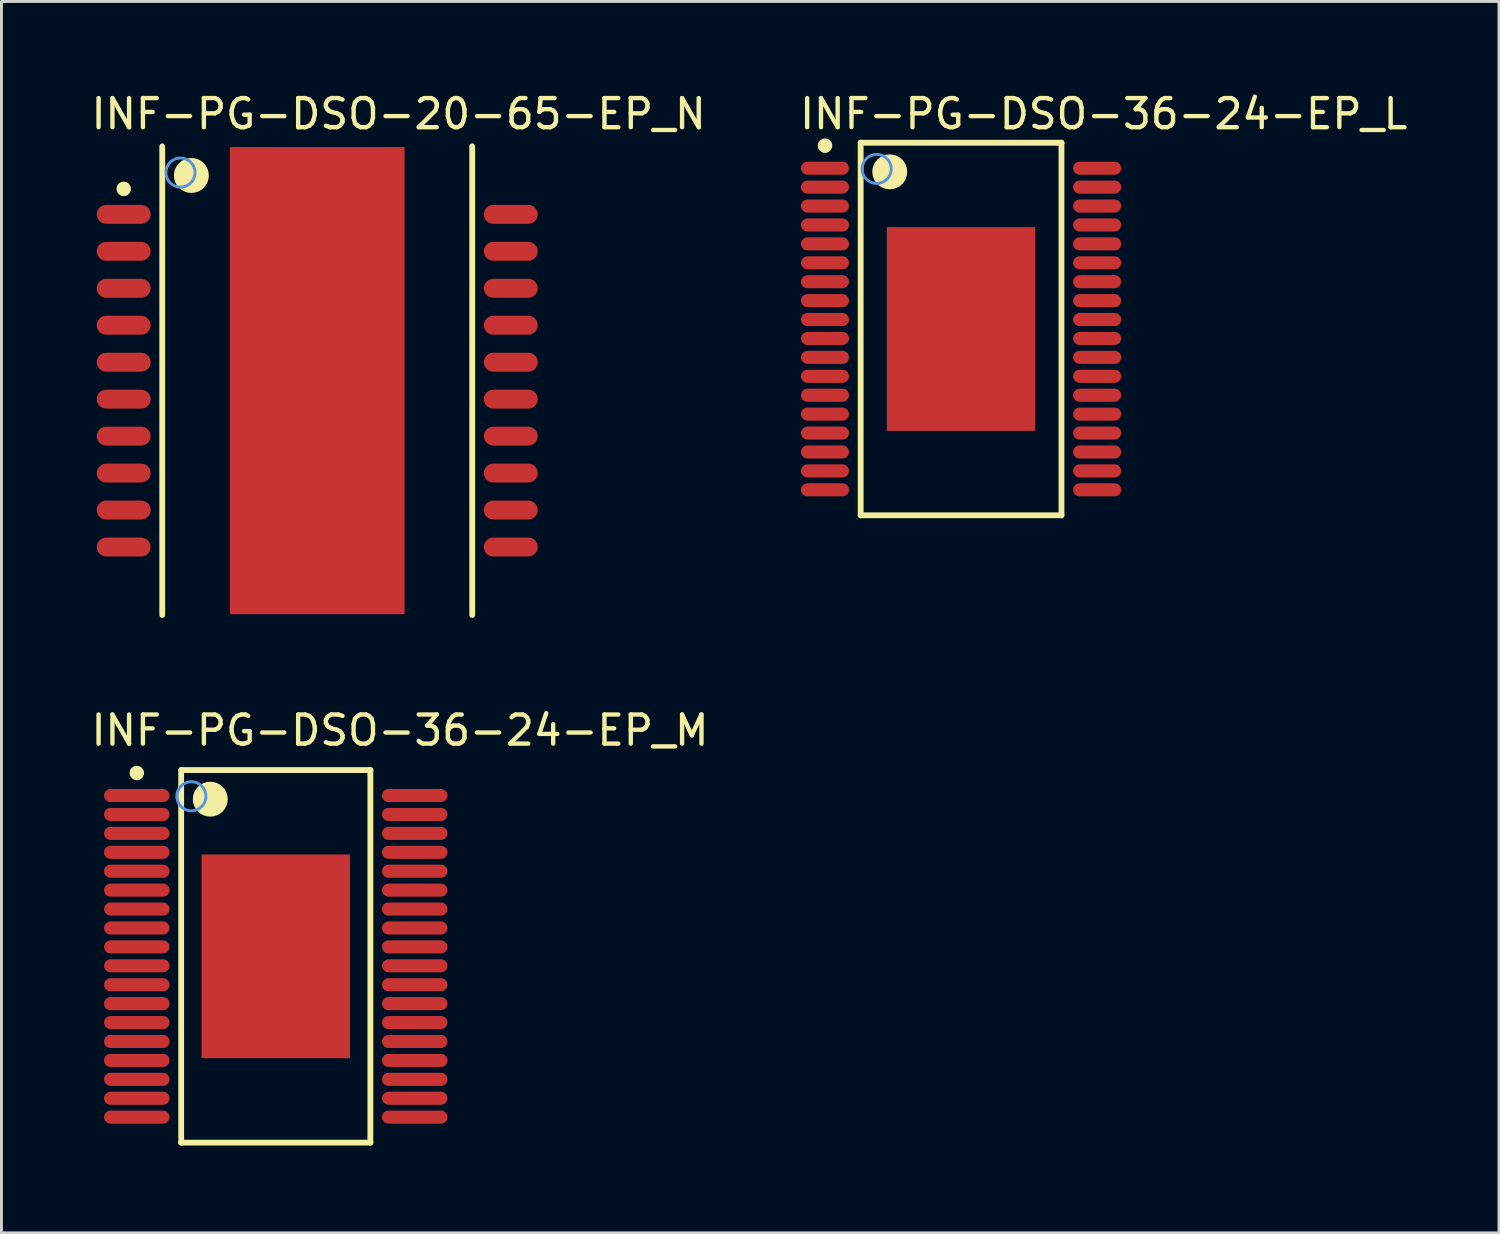
<source format=kicad_pcb>
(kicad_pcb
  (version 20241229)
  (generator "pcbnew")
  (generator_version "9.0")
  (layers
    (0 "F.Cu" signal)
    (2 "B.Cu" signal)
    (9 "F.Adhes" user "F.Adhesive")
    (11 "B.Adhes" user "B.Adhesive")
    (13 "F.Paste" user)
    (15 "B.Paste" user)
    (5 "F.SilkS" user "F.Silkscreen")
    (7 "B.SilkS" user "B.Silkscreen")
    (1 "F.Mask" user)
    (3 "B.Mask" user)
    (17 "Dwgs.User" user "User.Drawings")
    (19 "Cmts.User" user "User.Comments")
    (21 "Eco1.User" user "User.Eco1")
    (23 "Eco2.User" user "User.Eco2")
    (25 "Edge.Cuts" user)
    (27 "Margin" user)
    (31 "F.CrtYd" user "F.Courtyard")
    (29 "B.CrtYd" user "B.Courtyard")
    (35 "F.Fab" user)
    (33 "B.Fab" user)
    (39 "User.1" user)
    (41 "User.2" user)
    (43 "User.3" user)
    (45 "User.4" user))
  (footprint "INF-PG-DSO-20-65-EP_N"
    (layer "F.Cu")
    (at 7.85 10.029)
    (property "Reference" "INF-PG-DSO-20-65-EP_N" (at -7.85 -8.579 0) (layer "F.SilkS") (effects (font (size 1 1) (thickness 0.15)) (justify left bottom)))
    (attr through_hole)
    (fp_line (start -5.325 8.05) (end -5.325 -8.05) (stroke (width 0.2) (type solid)) (layer "F.SilkS"))
    (fp_line (start 5.325 8.05) (end 5.325 -8.05) (stroke (width 0.2) (type solid)) (layer "F.SilkS"))
    (fp_circle (center -6.65 -6.59) (end -6.525 -6.59) (stroke (width 0.25) (type solid)) (fill no) (layer "F.SilkS"))
    (fp_circle (center -4.325 -7.05) (end -4.025 -7.05) (stroke (width 0.6) (type solid)) (fill no) (layer "F.SilkS"))
    (fp_circle (center -4.7 -7.15) (end -4.2 -7.15) (stroke (width 0.1) (type solid)) (fill no) (layer "Cmts.User"))
    (pad "1" smd oval (at -6.65 -5.715 90) (size 0.65 1.85) (layers "F.Cu" "F.Mask" "F.Paste"))
    (pad "2" smd oval (at -6.65 -4.445 90) (size 0.65 1.85) (layers "F.Cu" "F.Mask" "F.Paste"))
    (pad "3" smd oval (at -6.65 -3.175 90) (size 0.65 1.85) (layers "F.Cu" "F.Mask" "F.Paste"))
    (pad "4" smd oval (at -6.65 -1.905 90) (size 0.65 1.85) (layers "F.Cu" "F.Mask" "F.Paste"))
    (pad "5" smd oval (at -6.65 -0.635 90) (size 0.65 1.85) (layers "F.Cu" "F.Mask" "F.Paste"))
    (pad "6" smd oval (at -6.65 0.635 90) (size 0.65 1.85) (layers "F.Cu" "F.Mask" "F.Paste"))
    (pad "7" smd oval (at -6.65 1.905 90) (size 0.65 1.85) (layers "F.Cu" "F.Mask" "F.Paste"))
    (pad "8" smd oval (at -6.65 3.175 90) (size 0.65 1.85) (layers "F.Cu" "F.Mask" "F.Paste"))
    (pad "9" smd oval (at -6.65 4.445 90) (size 0.65 1.85) (layers "F.Cu" "F.Mask" "F.Paste"))
    (pad "10" smd oval (at -6.65 5.715 90) (size 0.65 1.85) (layers "F.Cu" "F.Mask" "F.Paste"))
    (pad "11" smd oval (at 6.65 5.715 90) (size 0.65 1.85) (layers "F.Cu" "F.Mask" "F.Paste"))
    (pad "12" smd oval (at 6.65 4.445 90) (size 0.65 1.85) (layers "F.Cu" "F.Mask" "F.Paste"))
    (pad "13" smd oval (at 6.65 3.175 90) (size 0.65 1.85) (layers "F.Cu" "F.Mask" "F.Paste"))
    (pad "14" smd oval (at 6.65 1.905 90) (size 0.65 1.85) (layers "F.Cu" "F.Mask" "F.Paste"))
    (pad "15" smd oval (at 6.65 0.635 90) (size 0.65 1.85) (layers "F.Cu" "F.Mask" "F.Paste"))
    (pad "16" smd oval (at 6.65 -0.635 90) (size 0.65 1.85) (layers "F.Cu" "F.Mask" "F.Paste"))
    (pad "17" smd oval (at 6.65 -1.905 90) (size 0.65 1.85) (layers "F.Cu" "F.Mask" "F.Paste"))
    (pad "18" smd oval (at 6.65 -3.175 90) (size 0.65 1.85) (layers "F.Cu" "F.Mask" "F.Paste"))
    (pad "19" smd oval (at 6.65 -4.445 90) (size 0.65 1.85) (layers "F.Cu" "F.Mask" "F.Paste"))
    (pad "20" smd oval (at 6.65 -5.715 90) (size 0.65 1.85) (layers "F.Cu" "F.Mask" "F.Paste"))
    (pad "21" smd rect (at 0 0) (size 6 16.05) (layers "F.Cu" "F.Mask" "F.Paste")))
  (footprint "INF-PG-DSO-36-24-EP_M"
    (layer "F.Cu")
    (at 6.425 29.808)
    (property "Reference" "INF-PG-DSO-36-24-EP_M" (at -6.425 -7.179 0) (layer "F.SilkS") (effects (font (size 1 1) (thickness 0.15)) (justify left bottom)))
    (attr through_hole)
    (fp_line (start -3.25 -6.4) (end 3.25 -6.4) (stroke (width 0.2) (type solid)) (layer "F.SilkS"))
    (fp_line (start -3.25 6.4) (end -3.25 -6.4) (stroke (width 0.2) (type solid)) (layer "F.SilkS"))
    (fp_line (start -3.25 6.4) (end 3.25 6.4) (stroke (width 0.2) (type solid)) (layer "F.SilkS"))
    (fp_line (start 3.25 6.4) (end 3.25 -6.4) (stroke (width 0.2) (type solid)) (layer "F.SilkS"))
    (fp_circle (center -4.775 -6.3) (end -4.65 -6.3) (stroke (width 0.25) (type solid)) (fill no) (layer "F.SilkS"))
    (fp_circle (center -2.25 -5.4) (end -1.95 -5.4) (stroke (width 0.6) (type solid)) (fill no) (layer "F.SilkS"))
    (fp_circle (center -2.9 -5.5) (end -2.4 -5.5) (stroke (width 0.1) (type solid)) (fill no) (layer "Cmts.User"))
    (pad "1" smd oval (at -4.775 -5.525 90) (size 0.45 2.25) (layers "F.Cu" "F.Mask" "F.Paste"))
    (pad "2" smd oval (at -4.775 -4.875 90) (size 0.45 2.25) (layers "F.Cu" "F.Mask" "F.Paste"))
    (pad "3" smd oval (at -4.775 -4.225 90) (size 0.45 2.25) (layers "F.Cu" "F.Mask" "F.Paste"))
    (pad "4" smd oval (at -4.775 -3.575 90) (size 0.45 2.25) (layers "F.Cu" "F.Mask" "F.Paste"))
    (pad "5" smd oval (at -4.775 -2.925 90) (size 0.45 2.25) (layers "F.Cu" "F.Mask" "F.Paste"))
    (pad "6" smd oval (at -4.775 -2.275 90) (size 0.45 2.25) (layers "F.Cu" "F.Mask" "F.Paste"))
    (pad "7" smd oval (at -4.775 -1.625 90) (size 0.45 2.25) (layers "F.Cu" "F.Mask" "F.Paste"))
    (pad "8" smd oval (at -4.775 -0.975 90) (size 0.45 2.25) (layers "F.Cu" "F.Mask" "F.Paste"))
    (pad "9" smd oval (at -4.775 -0.325 90) (size 0.45 2.25) (layers "F.Cu" "F.Mask" "F.Paste"))
    (pad "10" smd oval (at -4.775 0.325 90) (size 0.45 2.25) (layers "F.Cu" "F.Mask" "F.Paste"))
    (pad "11" smd oval (at -4.775 0.975 90) (size 0.45 2.25) (layers "F.Cu" "F.Mask" "F.Paste"))
    (pad "12" smd oval (at -4.775 1.625 90) (size 0.45 2.25) (layers "F.Cu" "F.Mask" "F.Paste"))
    (pad "13" smd oval (at -4.775 2.275 90) (size 0.45 2.25) (layers "F.Cu" "F.Mask" "F.Paste"))
    (pad "14" smd oval (at -4.775 2.925 90) (size 0.45 2.25) (layers "F.Cu" "F.Mask" "F.Paste"))
    (pad "15" smd oval (at -4.775 3.575 90) (size 0.45 2.25) (layers "F.Cu" "F.Mask" "F.Paste"))
    (pad "16" smd oval (at -4.775 4.225 90) (size 0.45 2.25) (layers "F.Cu" "F.Mask" "F.Paste"))
    (pad "17" smd oval (at -4.775 4.875 90) (size 0.45 2.25) (layers "F.Cu" "F.Mask" "F.Paste"))
    (pad "18" smd oval (at -4.775 5.525 90) (size 0.45 2.25) (layers "F.Cu" "F.Mask" "F.Paste"))
    (pad "19" smd oval (at 4.775 5.525 90) (size 0.45 2.25) (layers "F.Cu" "F.Mask" "F.Paste"))
    (pad "20" smd oval (at 4.775 4.875 90) (size 0.45 2.25) (layers "F.Cu" "F.Mask" "F.Paste"))
    (pad "21" smd oval (at 4.775 4.225 90) (size 0.45 2.25) (layers "F.Cu" "F.Mask" "F.Paste"))
    (pad "22" smd oval (at 4.775 3.575 90) (size 0.45 2.25) (layers "F.Cu" "F.Mask" "F.Paste"))
    (pad "23" smd oval (at 4.775 2.925 90) (size 0.45 2.25) (layers "F.Cu" "F.Mask" "F.Paste"))
    (pad "24" smd oval (at 4.775 2.275 90) (size 0.45 2.25) (layers "F.Cu" "F.Mask" "F.Paste"))
    (pad "25" smd oval (at 4.775 1.625 90) (size 0.45 2.25) (layers "F.Cu" "F.Mask" "F.Paste"))
    (pad "26" smd oval (at 4.775 0.975 90) (size 0.45 2.25) (layers "F.Cu" "F.Mask" "F.Paste"))
    (pad "27" smd oval (at 4.775 0.325 90) (size 0.45 2.25) (layers "F.Cu" "F.Mask" "F.Paste"))
    (pad "28" smd oval (at 4.775 -0.325 90) (size 0.45 2.25) (layers "F.Cu" "F.Mask" "F.Paste"))
    (pad "29" smd oval (at 4.775 -0.975 90) (size 0.45 2.25) (layers "F.Cu" "F.Mask" "F.Paste"))
    (pad "30" smd oval (at 4.775 -1.625 90) (size 0.45 2.25) (layers "F.Cu" "F.Mask" "F.Paste"))
    (pad "31" smd oval (at 4.775 -2.275 90) (size 0.45 2.25) (layers "F.Cu" "F.Mask" "F.Paste"))
    (pad "32" smd oval (at 4.775 -2.925 90) (size 0.45 2.25) (layers "F.Cu" "F.Mask" "F.Paste"))
    (pad "33" smd oval (at 4.775 -3.575 90) (size 0.45 2.25) (layers "F.Cu" "F.Mask" "F.Paste"))
    (pad "34" smd oval (at 4.775 -4.225 90) (size 0.45 2.25) (layers "F.Cu" "F.Mask" "F.Paste"))
    (pad "35" smd oval (at 4.775 -4.875 90) (size 0.45 2.25) (layers "F.Cu" "F.Mask" "F.Paste"))
    (pad "36" smd oval (at 4.775 -5.525 90) (size 0.45 2.25) (layers "F.Cu" "F.Mask" "F.Paste"))
    (pad "37" smd rect (at 0 0) (size 5.1 7) (layers "F.Cu" "F.Mask" "F.Paste")))
  (footprint "INF-PG-DSO-36-24-EP_L"
    (layer "F.Cu")
    (at 29.97 8.254)
    (property "Reference" "INF-PG-DSO-36-24-EP_L" (at -5.625 -6.804 0) (layer "F.SilkS") (effects (font (size 1 1) (thickness 0.15)) (justify left bottom)))
    (attr through_hole)
    (fp_line (start -3.45 -6.4) (end 3.45 -6.4) (stroke (width 0.2) (type solid)) (layer "F.SilkS"))
    (fp_line (start -3.45 6.4) (end -3.45 -6.4) (stroke (width 0.2) (type solid)) (layer "F.SilkS"))
    (fp_line (start -3.45 6.4) (end 3.45 6.4) (stroke (width 0.2) (type solid)) (layer "F.SilkS"))
    (fp_line (start 3.45 6.4) (end 3.45 -6.4) (stroke (width 0.2) (type solid)) (layer "F.SilkS"))
    (fp_circle (center -4.675 -6.3) (end -4.55 -6.3) (stroke (width 0.25) (type solid)) (fill no) (layer "F.SilkS"))
    (fp_circle (center -2.45 -5.4) (end -2.15 -5.4) (stroke (width 0.6) (type solid)) (fill no) (layer "F.SilkS"))
    (fp_circle (center -2.9 -5.5) (end -2.4 -5.5) (stroke (width 0.1) (type solid)) (fill no) (layer "Cmts.User"))
    (pad "1" smd oval (at -4.675 -5.525 90) (size 0.45 1.65) (layers "F.Cu" "F.Mask" "F.Paste"))
    (pad "2" smd oval (at -4.675 -4.875 90) (size 0.45 1.65) (layers "F.Cu" "F.Mask" "F.Paste"))
    (pad "3" smd oval (at -4.675 -4.225 90) (size 0.45 1.65) (layers "F.Cu" "F.Mask" "F.Paste"))
    (pad "4" smd oval (at -4.675 -3.575 90) (size 0.45 1.65) (layers "F.Cu" "F.Mask" "F.Paste"))
    (pad "5" smd oval (at -4.675 -2.925 90) (size 0.45 1.65) (layers "F.Cu" "F.Mask" "F.Paste"))
    (pad "6" smd oval (at -4.675 -2.275 90) (size 0.45 1.65) (layers "F.Cu" "F.Mask" "F.Paste"))
    (pad "7" smd oval (at -4.675 -1.625 90) (size 0.45 1.65) (layers "F.Cu" "F.Mask" "F.Paste"))
    (pad "8" smd oval (at -4.675 -0.975 90) (size 0.45 1.65) (layers "F.Cu" "F.Mask" "F.Paste"))
    (pad "9" smd oval (at -4.675 -0.325 90) (size 0.45 1.65) (layers "F.Cu" "F.Mask" "F.Paste"))
    (pad "10" smd oval (at -4.675 0.325 90) (size 0.45 1.65) (layers "F.Cu" "F.Mask" "F.Paste"))
    (pad "11" smd oval (at -4.675 0.975 90) (size 0.45 1.65) (layers "F.Cu" "F.Mask" "F.Paste"))
    (pad "12" smd oval (at -4.675 1.625 90) (size 0.45 1.65) (layers "F.Cu" "F.Mask" "F.Paste"))
    (pad "13" smd oval (at -4.675 2.275 90) (size 0.45 1.65) (layers "F.Cu" "F.Mask" "F.Paste"))
    (pad "14" smd oval (at -4.675 2.925 90) (size 0.45 1.65) (layers "F.Cu" "F.Mask" "F.Paste"))
    (pad "15" smd oval (at -4.675 3.575 90) (size 0.45 1.65) (layers "F.Cu" "F.Mask" "F.Paste"))
    (pad "16" smd oval (at -4.675 4.225 90) (size 0.45 1.65) (layers "F.Cu" "F.Mask" "F.Paste"))
    (pad "17" smd oval (at -4.675 4.875 90) (size 0.45 1.65) (layers "F.Cu" "F.Mask" "F.Paste"))
    (pad "18" smd oval (at -4.675 5.525 90) (size 0.45 1.65) (layers "F.Cu" "F.Mask" "F.Paste"))
    (pad "19" smd oval (at 4.675 5.525 90) (size 0.45 1.65) (layers "F.Cu" "F.Mask" "F.Paste"))
    (pad "20" smd oval (at 4.675 4.875 90) (size 0.45 1.65) (layers "F.Cu" "F.Mask" "F.Paste"))
    (pad "21" smd oval (at 4.675 4.225 90) (size 0.45 1.65) (layers "F.Cu" "F.Mask" "F.Paste"))
    (pad "22" smd oval (at 4.675 3.575 90) (size 0.45 1.65) (layers "F.Cu" "F.Mask" "F.Paste"))
    (pad "23" smd oval (at 4.675 2.925 90) (size 0.45 1.65) (layers "F.Cu" "F.Mask" "F.Paste"))
    (pad "24" smd oval (at 4.675 2.275 90) (size 0.45 1.65) (layers "F.Cu" "F.Mask" "F.Paste"))
    (pad "25" smd oval (at 4.675 1.625 90) (size 0.45 1.65) (layers "F.Cu" "F.Mask" "F.Paste"))
    (pad "26" smd oval (at 4.675 0.975 90) (size 0.45 1.65) (layers "F.Cu" "F.Mask" "F.Paste"))
    (pad "27" smd oval (at 4.675 0.325 90) (size 0.45 1.65) (layers "F.Cu" "F.Mask" "F.Paste"))
    (pad "28" smd oval (at 4.675 -0.325 90) (size 0.45 1.65) (layers "F.Cu" "F.Mask" "F.Paste"))
    (pad "29" smd oval (at 4.675 -0.975 90) (size 0.45 1.65) (layers "F.Cu" "F.Mask" "F.Paste"))
    (pad "30" smd oval (at 4.675 -1.625 90) (size 0.45 1.65) (layers "F.Cu" "F.Mask" "F.Paste"))
    (pad "31" smd oval (at 4.675 -2.275 90) (size 0.45 1.65) (layers "F.Cu" "F.Mask" "F.Paste"))
    (pad "32" smd oval (at 4.675 -2.925 90) (size 0.45 1.65) (layers "F.Cu" "F.Mask" "F.Paste"))
    (pad "33" smd oval (at 4.675 -3.575 90) (size 0.45 1.65) (layers "F.Cu" "F.Mask" "F.Paste"))
    (pad "34" smd oval (at 4.675 -4.225 90) (size 0.45 1.65) (layers "F.Cu" "F.Mask" "F.Paste"))
    (pad "35" smd oval (at 4.675 -4.875 90) (size 0.45 1.65) (layers "F.Cu" "F.Mask" "F.Paste"))
    (pad "36" smd oval (at 4.675 -5.525 90) (size 0.45 1.65) (layers "F.Cu" "F.Mask" "F.Paste"))
    (pad "37" smd rect (at 0 0) (size 5.1 7) (layers "F.Cu" "F.Mask" "F.Paste")))
  (gr_rect
    (start -3 -3)
    (end 48.452 39.308)
    (stroke (width 0.1) (type default))
    (fill no)
    (layer "Edge.Cuts")))
</source>
